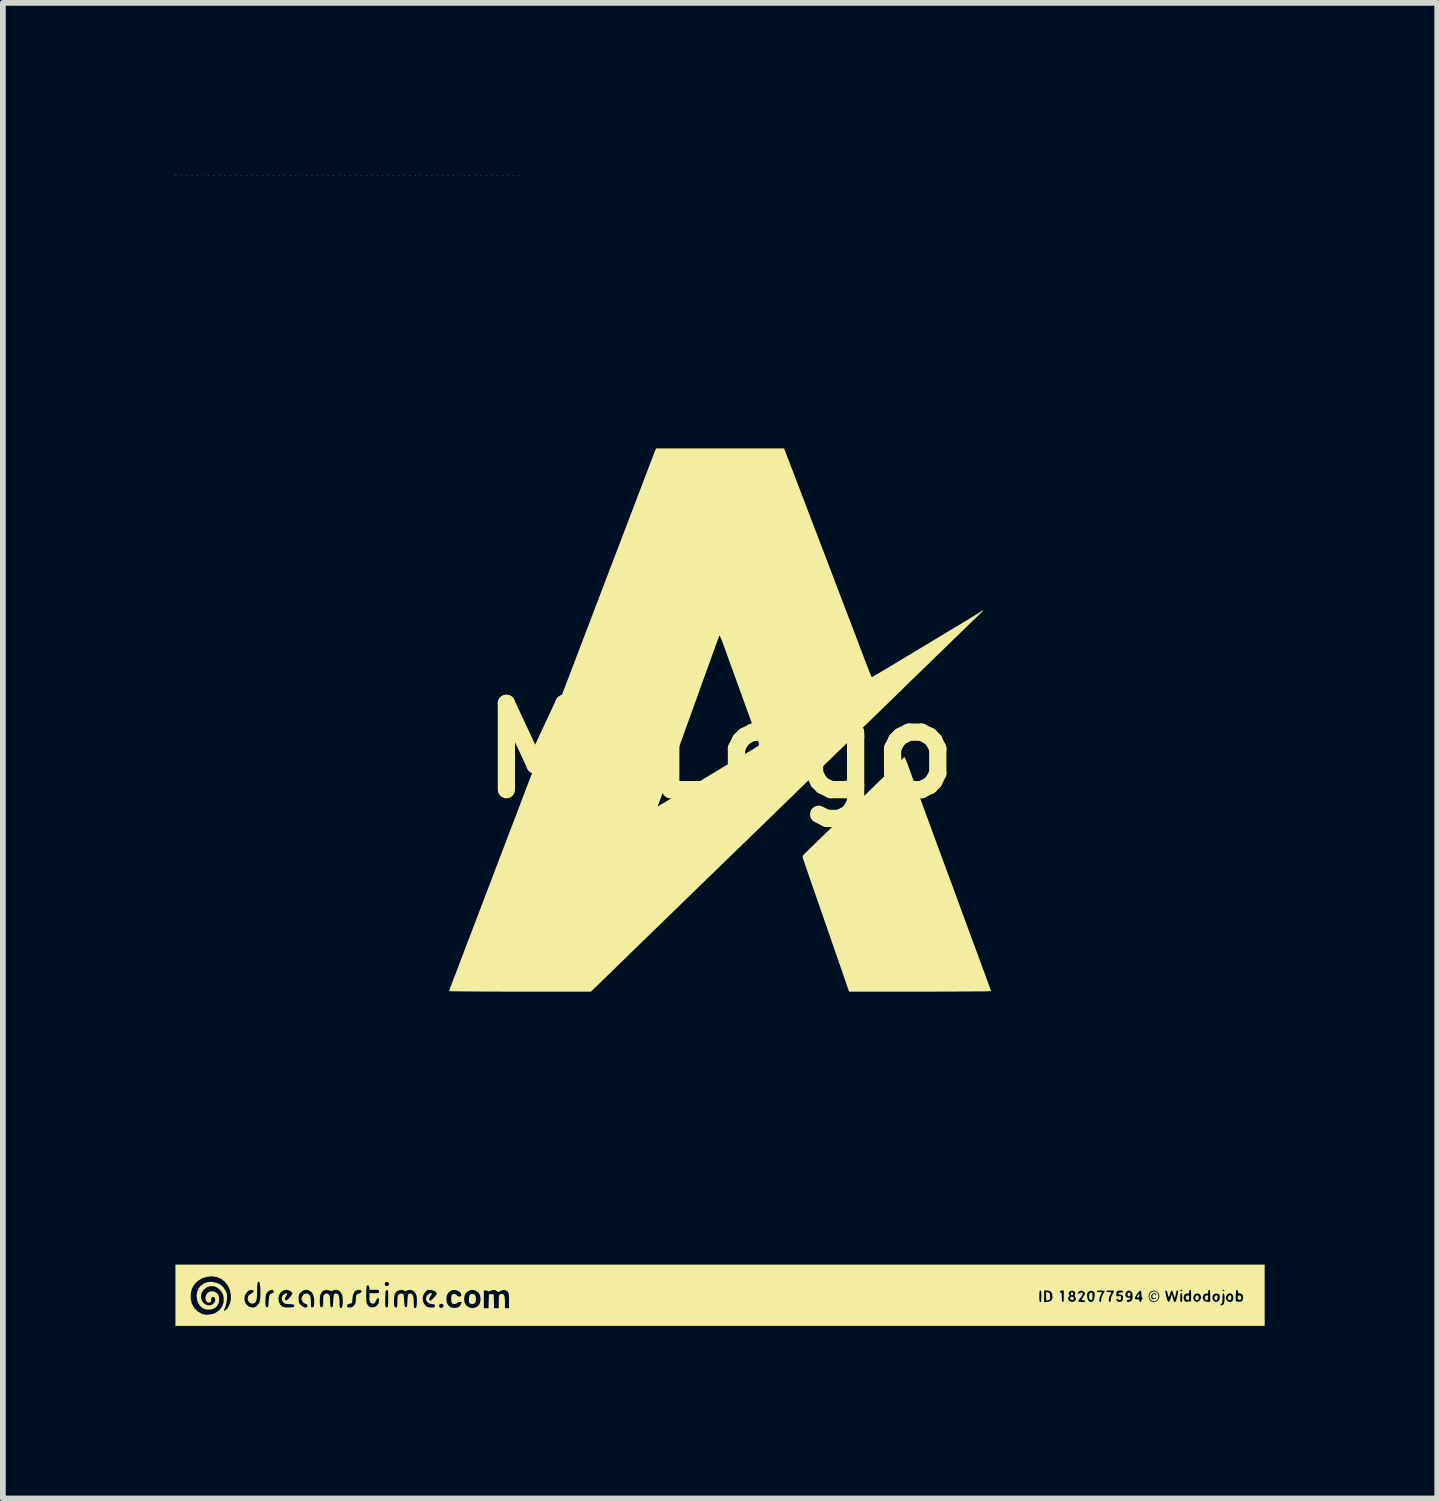
<source format=kicad_pcb>
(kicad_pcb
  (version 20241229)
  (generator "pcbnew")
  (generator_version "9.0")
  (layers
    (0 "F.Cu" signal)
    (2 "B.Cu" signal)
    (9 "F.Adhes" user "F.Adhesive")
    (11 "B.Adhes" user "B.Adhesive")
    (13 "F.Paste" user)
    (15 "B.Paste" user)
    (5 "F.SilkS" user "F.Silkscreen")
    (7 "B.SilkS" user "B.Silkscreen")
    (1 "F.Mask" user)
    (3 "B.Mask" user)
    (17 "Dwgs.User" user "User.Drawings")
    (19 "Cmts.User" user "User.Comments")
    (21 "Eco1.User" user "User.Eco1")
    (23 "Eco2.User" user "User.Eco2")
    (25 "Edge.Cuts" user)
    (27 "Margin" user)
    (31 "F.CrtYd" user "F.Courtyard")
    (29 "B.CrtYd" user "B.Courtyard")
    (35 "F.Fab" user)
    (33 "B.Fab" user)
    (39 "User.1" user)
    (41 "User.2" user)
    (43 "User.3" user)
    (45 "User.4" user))
  (footprint "MyLogo"
    (layer "F.Cu")
    (at 9.469 10.001)
    (property "Reference" "MyLogo" (at 0 0 0) (layer "F.SilkS") (effects (font (size 1.5 1.5) (thickness 0.3))))
    (attr board_only exclude_from_pos_files exclude_from_bom)
    (fp_poly (pts (xy -9.457 -9.995) (xy -9.463 -9.99) (xy -9.469 -9.995) (xy -9.463 -10.001)) (stroke (width 0) (type solid)) (fill yes) (layer "F.SilkS"))
    (fp_poly (pts (xy -9.362 -9.995) (xy -9.368 -9.99) (xy -9.374 -9.995) (xy -9.368 -10.001)) (stroke (width 0) (type solid)) (fill yes) (layer "F.SilkS"))
    (fp_poly (pts (xy -9.268 -9.995) (xy -9.273 -9.99) (xy -9.279 -9.995) (xy -9.273 -10.001)) (stroke (width 0) (type solid)) (fill yes) (layer "F.SilkS"))
    (fp_poly (pts (xy -9.173 -9.995) (xy -9.179 -9.99) (xy -9.185 -9.995) (xy -9.179 -10.001)) (stroke (width 0) (type solid)) (fill yes) (layer "F.SilkS"))
    (fp_poly (pts (xy -9.078 -9.995) (xy -9.084 -9.99) (xy -9.09 -9.995) (xy -9.084 -10.001)) (stroke (width 0) (type solid)) (fill yes) (layer "F.SilkS"))
    (fp_poly (pts (xy -8.984 -9.995) (xy -8.989 -9.99) (xy -8.995 -9.995) (xy -8.989 -10.001)) (stroke (width 0) (type solid)) (fill yes) (layer "F.SilkS"))
    (fp_poly (pts (xy -8.889 -9.995) (xy -8.895 -9.99) (xy -8.901 -9.995) (xy -8.895 -10.001)) (stroke (width 0) (type solid)) (fill yes) (layer "F.SilkS"))
    (fp_poly (pts (xy -8.794 -9.995) (xy -8.8 -9.99) (xy -8.806 -9.995) (xy -8.8 -10.001)) (stroke (width 0) (type solid)) (fill yes) (layer "F.SilkS"))
    (fp_poly (pts (xy -8.699 -9.995) (xy -8.705 -9.99) (xy -8.711 -9.995) (xy -8.705 -10.001)) (stroke (width 0) (type solid)) (fill yes) (layer "F.SilkS"))
    (fp_poly (pts (xy -8.605 -9.995) (xy -8.611 -9.99) (xy -8.617 -9.995) (xy -8.611 -10.001)) (stroke (width 0) (type solid)) (fill yes) (layer "F.SilkS"))
    (fp_poly (pts (xy -8.51 -9.995) (xy -8.516 -9.99) (xy -8.522 -9.995) (xy -8.516 -10.001)) (stroke (width 0) (type solid)) (fill yes) (layer "F.SilkS"))
    (fp_poly (pts (xy -8.415 -9.995) (xy -8.421 -9.99) (xy -8.427 -9.995) (xy -8.421 -10.001)) (stroke (width 0) (type solid)) (fill yes) (layer "F.SilkS"))
    (fp_poly (pts (xy -8.321 -9.995) (xy -8.327 -9.99) (xy -8.333 -9.995) (xy -8.327 -10.001)) (stroke (width 0) (type solid)) (fill yes) (layer "F.SilkS"))
    (fp_poly (pts (xy -8.226 -9.995) (xy -8.232 -9.99) (xy -8.238 -9.995) (xy -8.232 -10.001)) (stroke (width 0) (type solid)) (fill yes) (layer "F.SilkS"))
    (fp_poly (pts (xy -8.131 -9.995) (xy -8.137 -9.99) (xy -8.143 -9.995) (xy -8.137 -10.001)) (stroke (width 0) (type solid)) (fill yes) (layer "F.SilkS"))
    (fp_poly (pts (xy -8.037 -9.995) (xy -8.043 -9.99) (xy -8.048 -9.995) (xy -8.043 -10.001)) (stroke (width 0) (type solid)) (fill yes) (layer "F.SilkS"))
    (fp_poly (pts (xy -7.942 -9.995) (xy -7.948 -9.99) (xy -7.954 -9.995) (xy -7.948 -10.001)) (stroke (width 0) (type solid)) (fill yes) (layer "F.SilkS"))
    (fp_poly (pts (xy -7.847 -9.995) (xy -7.853 -9.99) (xy -7.859 -9.995) (xy -7.853 -10.001)) (stroke (width 0) (type solid)) (fill yes) (layer "F.SilkS"))
    (fp_poly (pts (xy -7.753 -9.995) (xy -7.758 -9.99) (xy -7.764 -9.995) (xy -7.758 -10.001)) (stroke (width 0) (type solid)) (fill yes) (layer "F.SilkS"))
    (fp_poly (pts (xy -7.658 -9.995) (xy -7.664 -9.99) (xy -7.67 -9.995) (xy -7.664 -10.001)) (stroke (width 0) (type solid)) (fill yes) (layer "F.SilkS"))
    (fp_poly (pts (xy -7.563 -9.995) (xy -7.569 -9.99) (xy -7.575 -9.995) (xy -7.569 -10.001)) (stroke (width 0) (type solid)) (fill yes) (layer "F.SilkS"))
    (fp_poly (pts (xy -7.468 -9.995) (xy -7.474 -9.99) (xy -7.48 -9.995) (xy -7.474 -10.001)) (stroke (width 0) (type solid)) (fill yes) (layer "F.SilkS"))
    (fp_poly (pts (xy -7.374 -9.995) (xy -7.38 -9.99) (xy -7.386 -9.995) (xy -7.38 -10.001)) (stroke (width 0) (type solid)) (fill yes) (layer "F.SilkS"))
    (fp_poly (pts (xy -7.279 -9.995) (xy -7.285 -9.99) (xy -7.291 -9.995) (xy -7.285 -10.001)) (stroke (width 0) (type solid)) (fill yes) (layer "F.SilkS"))
    (fp_poly (pts (xy -7.184 -9.995) (xy -7.19 -9.99) (xy -7.196 -9.995) (xy -7.19 -10.001)) (stroke (width 0) (type solid)) (fill yes) (layer "F.SilkS"))
    (fp_poly (pts (xy -7.09 -9.995) (xy -7.096 -9.99) (xy -7.102 -9.995) (xy -7.096 -10.001)) (stroke (width 0) (type solid)) (fill yes) (layer "F.SilkS"))
    (fp_poly (pts (xy -6.995 -9.995) (xy -7.001 -9.99) (xy -7.007 -9.995) (xy -7.001 -10.001)) (stroke (width 0) (type solid)) (fill yes) (layer "F.SilkS"))
    (fp_poly (pts (xy -6.9 -9.995) (xy -6.906 -9.99) (xy -6.912 -9.995) (xy -6.906 -10.001)) (stroke (width 0) (type solid)) (fill yes) (layer "F.SilkS"))
    (fp_poly (pts (xy -6.806 -9.995) (xy -6.812 -9.99) (xy -6.818 -9.995) (xy -6.812 -10.001)) (stroke (width 0) (type solid)) (fill yes) (layer "F.SilkS"))
    (fp_poly (pts (xy -6.711 -9.995) (xy -6.717 -9.99) (xy -6.723 -9.995) (xy -6.717 -10.001)) (stroke (width 0) (type solid)) (fill yes) (layer "F.SilkS"))
    (fp_poly (pts (xy -6.616 -9.995) (xy -6.622 -9.99) (xy -6.628 -9.995) (xy -6.622 -10.001)) (stroke (width 0) (type solid)) (fill yes) (layer "F.SilkS"))
    (fp_poly (pts (xy -6.522 -9.995) (xy -6.528 -9.99) (xy -6.533 -9.995) (xy -6.528 -10.001)) (stroke (width 0) (type solid)) (fill yes) (layer "F.SilkS"))
    (fp_poly (pts (xy -6.427 -9.995) (xy -6.433 -9.99) (xy -6.439 -9.995) (xy -6.433 -10.001)) (stroke (width 0) (type solid)) (fill yes) (layer "F.SilkS"))
    (fp_poly (pts (xy -6.332 -9.995) (xy -6.338 -9.99) (xy -6.344 -9.995) (xy -6.338 -10.001)) (stroke (width 0) (type solid)) (fill yes) (layer "F.SilkS"))
    (fp_poly (pts (xy -6.238 -9.995) (xy -6.243 -9.99) (xy -6.249 -9.995) (xy -6.243 -10.001)) (stroke (width 0) (type solid)) (fill yes) (layer "F.SilkS"))
    (fp_poly (pts (xy -6.143 -9.995) (xy -6.149 -9.99) (xy -6.155 -9.995) (xy -6.149 -10.001)) (stroke (width 0) (type solid)) (fill yes) (layer "F.SilkS"))
    (fp_poly (pts (xy -6.048 -9.995) (xy -6.054 -9.99) (xy -6.06 -9.995) (xy -6.054 -10.001)) (stroke (width 0) (type solid)) (fill yes) (layer "F.SilkS"))
    (fp_poly (pts (xy -5.953 -9.995) (xy -5.959 -9.99) (xy -5.965 -9.995) (xy -5.959 -10.001)) (stroke (width 0) (type solid)) (fill yes) (layer "F.SilkS"))
    (fp_poly (pts (xy -5.859 -9.995) (xy -5.865 -9.99) (xy -5.871 -9.995) (xy -5.865 -10.001)) (stroke (width 0) (type solid)) (fill yes) (layer "F.SilkS"))
    (fp_poly (pts (xy -5.764 -9.995) (xy -5.77 -9.99) (xy -5.776 -9.995) (xy -5.77 -10.001)) (stroke (width 0) (type solid)) (fill yes) (layer "F.SilkS"))
    (fp_poly (pts (xy -5.669 -9.995) (xy -5.675 -9.99) (xy -5.681 -9.995) (xy -5.675 -10.001)) (stroke (width 0) (type solid)) (fill yes) (layer "F.SilkS"))
    (fp_poly (pts (xy -5.575 -9.995) (xy -5.581 -9.99) (xy -5.587 -9.995) (xy -5.581 -10.001)) (stroke (width 0) (type solid)) (fill yes) (layer "F.SilkS"))
    (fp_poly (pts (xy -5.48 -9.995) (xy -5.486 -9.99) (xy -5.492 -9.995) (xy -5.486 -10.001)) (stroke (width 0) (type solid)) (fill yes) (layer "F.SilkS"))
    (fp_poly (pts (xy -5.385 -9.995) (xy -5.391 -9.99) (xy -5.397 -9.995) (xy -5.391 -10.001)) (stroke (width 0) (type solid)) (fill yes) (layer "F.SilkS"))
    (fp_poly (pts (xy -5.291 -9.995) (xy -5.297 -9.99) (xy -5.303 -9.995) (xy -5.297 -10.001)) (stroke (width 0) (type solid)) (fill yes) (layer "F.SilkS"))
    (fp_poly (pts (xy -5.196 -9.995) (xy -5.202 -9.99) (xy -5.208 -9.995) (xy -5.202 -10.001)) (stroke (width 0) (type solid)) (fill yes) (layer "F.SilkS"))
    (fp_poly (pts (xy -5.101 -9.995) (xy -5.107 -9.99) (xy -5.113 -9.995) (xy -5.107 -10.001)) (stroke (width 0) (type solid)) (fill yes) (layer "F.SilkS"))
    (fp_poly (pts (xy -5.007 -9.995) (xy -5.013 -9.99) (xy -5.018 -9.995) (xy -5.013 -10.001)) (stroke (width 0) (type solid)) (fill yes) (layer "F.SilkS"))
    (fp_poly (pts (xy -4.912 -9.995) (xy -4.918 -9.99) (xy -4.924 -9.995) (xy -4.918 -10.001)) (stroke (width 0) (type solid)) (fill yes) (layer "F.SilkS"))
    (fp_poly (pts (xy -4.817 -9.995) (xy -4.823 -9.99) (xy -4.829 -9.995) (xy -4.823 -10.001)) (stroke (width 0) (type solid)) (fill yes) (layer "F.SilkS"))
    (fp_poly (pts (xy -4.723 -9.995) (xy -4.728 -9.99) (xy -4.734 -9.995) (xy -4.728 -10.001)) (stroke (width 0) (type solid)) (fill yes) (layer "F.SilkS"))
    (fp_poly (pts (xy -4.628 -9.995) (xy -4.634 -9.99) (xy -4.64 -9.995) (xy -4.634 -10.001)) (stroke (width 0) (type solid)) (fill yes) (layer "F.SilkS"))
    (fp_poly (pts (xy -4.533 -9.995) (xy -4.539 -9.99) (xy -4.545 -9.995) (xy -4.539 -10.001)) (stroke (width 0) (type solid)) (fill yes) (layer "F.SilkS"))
    (fp_poly (pts (xy -4.438 -9.995) (xy -4.444 -9.99) (xy -4.45 -9.995) (xy -4.444 -10.001)) (stroke (width 0) (type solid)) (fill yes) (layer "F.SilkS"))
    (fp_poly (pts (xy -4.344 -9.995) (xy -4.35 -9.99) (xy -4.356 -9.995) (xy -4.35 -10.001)) (stroke (width 0) (type solid)) (fill yes) (layer "F.SilkS"))
    (fp_poly (pts (xy -4.249 -9.995) (xy -4.255 -9.99) (xy -4.261 -9.995) (xy -4.255 -10.001)) (stroke (width 0) (type solid)) (fill yes) (layer "F.SilkS"))
    (fp_poly (pts (xy -4.154 -9.995) (xy -4.16 -9.99) (xy -4.166 -9.995) (xy -4.16 -10.001)) (stroke (width 0) (type solid)) (fill yes) (layer "F.SilkS"))
    (fp_poly (pts (xy -4.06 -9.995) (xy -4.066 -9.99) (xy -4.072 -9.995) (xy -4.066 -10.001)) (stroke (width 0) (type solid)) (fill yes) (layer "F.SilkS"))
    (fp_poly (pts (xy -3.965 -9.995) (xy -3.971 -9.99) (xy -3.977 -9.995) (xy -3.971 -10.001)) (stroke (width 0) (type solid)) (fill yes) (layer "F.SilkS"))
    (fp_poly (pts (xy -3.87 -9.995) (xy -3.876 -9.99) (xy -3.882 -9.995) (xy -3.876 -10.001)) (stroke (width 0) (type solid)) (fill yes) (layer "F.SilkS"))
    (fp_poly (pts (xy -3.776 -9.995) (xy -3.782 -9.99) (xy -3.788 -9.995) (xy -3.782 -10.001)) (stroke (width 0) (type solid)) (fill yes) (layer "F.SilkS"))
    (fp_poly (pts (xy -3.681 -9.995) (xy -3.687 -9.99) (xy -3.693 -9.995) (xy -3.687 -10.001)) (stroke (width 0) (type solid)) (fill yes) (layer "F.SilkS"))
    (fp_poly (pts (xy -3.586 -9.995) (xy -3.592 -9.99) (xy -3.598 -9.995) (xy -3.592 -10.001)) (stroke (width 0) (type solid)) (fill yes) (layer "F.SilkS"))
    (fp_poly (pts (xy -3.492 -9.995) (xy -3.498 -9.99) (xy -3.503 -9.995) (xy -3.498 -10.001)) (stroke (width 0) (type solid)) (fill yes) (layer "F.SilkS"))
    (fp_poly (pts (xy -1.622 3.616) (xy -1.627 3.622) (xy -1.633 3.616) (xy -1.627 3.61)) (stroke (width 0) (type solid)) (fill yes) (layer "F.SilkS"))
    (fp_poly (pts (xy 6.13 9.421) (xy 6.139 9.437) (xy 6.136 9.457) (xy 6.122 9.469) (xy 6.119 9.469) (xy 6.105 9.459) (xy 6.1 9.45) (xy 6.099 9.428) (xy 6.113 9.417)) (stroke (width 0) (type solid)) (fill yes) (layer "F.SilkS"))
    (fp_poly (pts (xy 7.291 9.47) (xy 7.285 9.494) (xy 7.271 9.51) (xy 7.256 9.511) (xy 7.25 9.505) (xy 7.252 9.49) (xy 7.267 9.467) (xy 7.267 9.467) (xy 7.29 9.439)) (stroke (width 0) (type solid)) (fill yes) (layer "F.SilkS"))
    (fp_poly (pts (xy 6.14 9.502) (xy 6.151 9.523) (xy 6.148 9.541) (xy 6.13 9.551) (xy 6.106 9.549) (xy 6.089 9.536) (xy 6.088 9.534) (xy 6.088 9.509) (xy 6.106 9.494) (xy 6.119 9.492)) (stroke (width 0) (type solid)) (fill yes) (layer "F.SilkS"))
    (fp_poly (pts (xy 7.132 9.427) (xy 7.136 9.446) (xy 7.135 9.453) (xy 7.126 9.481) (xy 7.11 9.489) (xy 7.091 9.477) (xy 7.083 9.452) (xy 7.092 9.431) (xy 7.115 9.421) (xy 7.115 9.421)) (stroke (width 0) (type solid)) (fill yes) (layer "F.SilkS"))
    (fp_poly (pts (xy 8.146 9.471) (xy 8.154 9.484) (xy 8.155 9.509) (xy 8.152 9.538) (xy 8.143 9.55) (xy 8.131 9.552) (xy 8.108 9.544) (xy 8.1 9.535) (xy 8.097 9.502) (xy 8.11 9.479) (xy 8.128 9.471)) (stroke (width 0) (type solid)) (fill yes) (layer "F.SilkS"))
    (fp_poly (pts (xy 8.478 9.471) (xy 8.485 9.484) (xy 8.486 9.508) (xy 8.481 9.54) (xy 8.467 9.557) (xy 8.448 9.554) (xy 8.439 9.546) (xy 8.428 9.519) (xy 8.433 9.491) (xy 8.451 9.473) (xy 8.46 9.471)) (stroke (width 0) (type solid)) (fill yes) (layer "F.SilkS"))
    (fp_poly (pts (xy 9.049 9.479) (xy 9.06 9.503) (xy 9.06 9.531) (xy 9.058 9.535) (xy 9.043 9.55) (xy 9.021 9.549) (xy 9.004 9.535) (xy 9.002 9.53) (xy 9 9.498) (xy 9.012 9.476) (xy 9.031 9.469)) (stroke (width 0) (type solid)) (fill yes) (layer "F.SilkS"))
    (fp_poly (pts (xy 8.312 9.471) (xy 8.319 9.484) (xy 8.321 9.509) (xy 8.319 9.538) (xy 8.309 9.549) (xy 8.29 9.552) (xy 8.27 9.549) (xy 8.263 9.536) (xy 8.264 9.513) (xy 8.271 9.484) (xy 8.288 9.472) (xy 8.294 9.471)) (stroke (width 0) (type solid)) (fill yes) (layer "F.SilkS"))
    (fp_poly (pts (xy 8.651 9.481) (xy 8.65 9.508) (xy 8.65 9.511) (xy 8.643 9.546) (xy 8.629 9.56) (xy 8.611 9.552) (xy 8.606 9.547) (xy 8.594 9.519) (xy 8.599 9.492) (xy 8.617 9.473) (xy 8.626 9.471) (xy 8.644 9.471)) (stroke (width 0) (type solid)) (fill yes) (layer "F.SilkS"))
    (fp_poly (pts (xy 8.88 9.471) (xy 8.887 9.484) (xy 8.889 9.509) (xy 8.887 9.538) (xy 8.877 9.549) (xy 8.858 9.552) (xy 8.838 9.549) (xy 8.831 9.536) (xy 8.832 9.513) (xy 8.839 9.484) (xy 8.856 9.472) (xy 8.862 9.471)) (stroke (width 0) (type solid)) (fill yes) (layer "F.SilkS"))
    (fp_poly (pts (xy 5.702 9.42) (xy 5.722 9.428) (xy 5.733 9.444) (xy 5.737 9.473) (xy 5.738 9.484) (xy 5.739 9.519) (xy 5.734 9.538) (xy 5.719 9.548) (xy 5.711 9.552) (xy 5.686 9.56) (xy 5.675 9.563) (xy 5.672 9.553) (xy 5.67 9.524) (xy 5.669 9.488) (xy 5.669 9.412)) (stroke (width 0) (type solid)) (fill yes) (layer "F.SilkS"))
    (fp_poly (pts (xy 6.465 9.425) (xy 6.472 9.438) (xy 6.474 9.467) (xy 6.474 9.487) (xy 6.473 9.524) (xy 6.469 9.544) (xy 6.459 9.551) (xy 6.452 9.552) (xy 6.43 9.543) (xy 6.422 9.533) (xy 6.414 9.494) (xy 6.418 9.458) (xy 6.431 9.432) (xy 6.452 9.421) (xy 6.452 9.421)) (stroke (width 0) (type solid)) (fill yes) (layer "F.SilkS"))
    (fp_poly (pts (xy -4.273 9.454) (xy -4.259 9.465) (xy -4.249 9.489) (xy -4.244 9.524) (xy -4.243 9.534) (xy -4.247 9.57) (xy -4.256 9.598) (xy -4.259 9.603) (xy -4.285 9.618) (xy -4.319 9.622) (xy -4.348 9.613) (xy -4.353 9.608) (xy -4.363 9.587) (xy -4.367 9.551) (xy -4.366 9.512) (xy -4.359 9.478) (xy -4.355 9.468) (xy -4.334 9.45) (xy -4.303 9.445)) (stroke (width 0) (type solid)) (fill yes) (layer "F.SilkS"))
    (fp_poly (pts (xy 7.575 9.405) (xy 7.604 9.427) (xy 7.62 9.464) (xy 7.622 9.486) (xy 7.613 9.529) (xy 7.589 9.559) (xy 7.555 9.573) (xy 7.516 9.568) (xy 7.491 9.553) (xy 7.47 9.525) (xy 7.466 9.505) (xy 7.496 9.505) (xy 7.497 9.511) (xy 7.509 9.533) (xy 7.534 9.54) (xy 7.538 9.54) (xy 7.566 9.534) (xy 7.579 9.522) (xy 7.58 9.507) (xy 7.576 9.504) (xy 7.563 9.514) (xy 7.561 9.518) (xy 7.549 9.529) (xy 7.534 9.523) (xy 7.52 9.506) (xy 7.516 9.487) (xy 7.523 9.461) (xy 7.539 9.448) (xy 7.557 9.45) (xy 7.564 9.458) (xy 7.576 9.468) (xy 7.581 9.466) (xy 7.585 9.452) (xy 7.571 9.439) (xy 7.545 9.433) (xy 7.517 9.444) (xy 7.499 9.47) (xy 7.496 9.505) (xy 7.466 9.505) (xy 7.464 9.488) (xy 7.471 9.445) (xy 7.496 9.417) (xy 7.535 9.403)) (stroke (width 0) (type solid)) (fill yes) (layer "F.SilkS"))
    (fp_poly (pts (xy 3.212 0.119) (xy 3.225 0.147) (xy 3.243 0.189) (xy 3.263 0.241) (xy 3.269 0.257) (xy 3.289 0.313) (xy 3.315 0.384) (xy 3.346 0.469) (xy 3.381 0.562) (xy 3.417 0.661) (xy 3.454 0.762) (xy 3.491 0.861) (xy 3.525 0.954) (xy 3.556 1.038) (xy 3.582 1.109) (xy 3.602 1.163) (xy 3.61 1.184) (xy 3.623 1.221) (xy 3.644 1.276) (xy 3.669 1.344) (xy 3.696 1.42) (xy 3.726 1.5) (xy 3.738 1.533) (xy 3.77 1.621) (xy 3.808 1.723) (xy 3.849 1.834) (xy 3.89 1.946) (xy 3.929 2.051) (xy 3.947 2.101) (xy 3.98 2.189) (xy 4.013 2.278) (xy 4.044 2.361) (xy 4.071 2.436) (xy 4.093 2.496) (xy 4.107 2.533) (xy 4.119 2.567) (xy 4.139 2.62) (xy 4.165 2.691) (xy 4.196 2.777) (xy 4.233 2.876) (xy 4.273 2.985) (xy 4.316 3.101) (xy 4.361 3.224) (xy 4.403 3.338) (xy 4.461 3.494) (xy 4.511 3.629) (xy 4.553 3.745) (xy 4.59 3.843) (xy 4.62 3.925) (xy 4.644 3.992) (xy 4.664 4.046) (xy 4.68 4.088) (xy 4.691 4.12) (xy 4.7 4.143) (xy 4.705 4.159) (xy 4.708 4.169) (xy 4.71 4.175) (xy 4.711 4.178) (xy 4.711 4.18) (xy 4.711 4.181) (xy 4.699 4.182) (xy 4.665 4.183) (xy 4.611 4.185) (xy 4.538 4.186) (xy 4.447 4.186) (xy 4.34 4.187) (xy 4.219 4.188) (xy 4.086 4.189) (xy 3.941 4.189) (xy 3.786 4.19) (xy 3.623 4.19) (xy 3.477 4.19) (xy 2.243 4.19) (xy 2.15 3.921) (xy 2.118 3.826) (xy 2.08 3.718) (xy 2.04 3.603) (xy 2.001 3.49) (xy 1.965 3.387) (xy 1.956 3.361) (xy 1.926 3.273) (xy 1.894 3.182) (xy 1.864 3.095) (xy 1.837 3.017) (xy 1.814 2.952) (xy 1.805 2.923) (xy 1.785 2.867) (xy 1.76 2.794) (xy 1.731 2.71) (xy 1.7 2.622) (xy 1.67 2.535) (xy 1.663 2.515) (xy 1.615 2.377) (xy 1.574 2.259) (xy 1.54 2.161) (xy 1.512 2.079) (xy 1.489 2.014) (xy 1.472 1.962) (xy 1.459 1.923) (xy 1.449 1.895) (xy 1.443 1.875) (xy 1.442 1.871) (xy 1.437 1.852) (xy 1.437 1.837) (xy 1.445 1.821) (xy 1.463 1.799) (xy 1.494 1.768) (xy 1.523 1.74) (xy 1.623 1.643) (xy 1.735 1.534) (xy 1.857 1.416) (xy 1.986 1.291) (xy 2.119 1.162) (xy 2.254 1.03) (xy 2.389 0.899) (xy 2.521 0.772) (xy 2.647 0.649) (xy 2.765 0.534) (xy 2.872 0.43) (xy 2.966 0.338) (xy 3.01 0.295) (xy 3.065 0.242) (xy 3.114 0.194) (xy 3.155 0.155) (xy 3.186 0.127) (xy 3.203 0.111) (xy 3.205 0.109)) (stroke (width 0) (type solid)) (fill yes) (layer "F.SilkS"))
    (fp_poly (pts (xy 1.124 -5.229) (xy 1.131 -5.211) (xy 1.145 -5.173) (xy 1.167 -5.115) (xy 1.196 -5.04) (xy 1.231 -4.948) (xy 1.272 -4.841) (xy 1.318 -4.721) (xy 1.369 -4.588) (xy 1.424 -4.444) (xy 1.483 -4.291) (xy 1.544 -4.129) (xy 1.608 -3.961) (xy 1.675 -3.788) (xy 1.742 -3.611) (xy 1.811 -3.432) (xy 1.88 -3.251) (xy 1.948 -3.071) (xy 2.016 -2.893) (xy 2.083 -2.717) (xy 2.148 -2.547) (xy 2.211 -2.382) (xy 2.271 -2.225) (xy 2.328 -2.077) (xy 2.38 -1.939) (xy 2.428 -1.812) (xy 2.472 -1.699) (xy 2.509 -1.599) (xy 2.541 -1.516) (xy 2.565 -1.453) (xy 2.588 -1.393) (xy 2.609 -1.343) (xy 2.626 -1.304) (xy 2.637 -1.282) (xy 2.64 -1.278) (xy 2.652 -1.284) (xy 2.682 -1.301) (xy 2.729 -1.329) (xy 2.79 -1.365) (xy 2.865 -1.41) (xy 2.952 -1.461) (xy 3.048 -1.519) (xy 3.152 -1.582) (xy 3.263 -1.648) (xy 3.281 -1.659) (xy 3.404 -1.733) (xy 3.53 -1.809) (xy 3.656 -1.885) (xy 3.78 -1.96) (xy 3.897 -2.03) (xy 4.005 -2.096) (xy 4.102 -2.153) (xy 4.183 -2.202) (xy 4.225 -2.228) (xy 4.304 -2.275) (xy 4.375 -2.319) (xy 4.438 -2.357) (xy 4.489 -2.388) (xy 4.527 -2.412) (xy 4.547 -2.425) (xy 4.55 -2.427) (xy 4.569 -2.437) (xy 4.574 -2.438) (xy 4.575 -2.431) (xy 4.56 -2.416) (xy 4.557 -2.413) (xy 4.543 -2.4) (xy 4.514 -2.372) (xy 4.471 -2.331) (xy 4.417 -2.279) (xy 4.353 -2.218) (xy 4.281 -2.148) (xy 4.204 -2.073) (xy 4.131 -2.002) (xy 4.041 -1.915) (xy 3.949 -1.825) (xy 3.858 -1.736) (xy 3.77 -1.651) (xy 3.688 -1.571) (xy 3.616 -1.501) (xy 3.557 -1.444) (xy 3.533 -1.421) (xy 3.46 -1.35) (xy 3.377 -1.27) (xy 3.29 -1.185) (xy 3.206 -1.103) (xy 3.131 -1.029) (xy 3.125 -1.023) (xy 3.083 -0.983) (xy 3.037 -0.938) (xy 2.986 -0.888) (xy 2.928 -0.832) (xy 2.864 -0.77) (xy 2.791 -0.699) (xy 2.71 -0.62) (xy 2.618 -0.531) (xy 2.516 -0.432) (xy 2.402 -0.321) (xy 2.275 -0.198) (xy 2.135 -0.062) (xy 1.98 0.088) (xy 1.809 0.253) (xy 1.698 0.36) (xy 1.609 0.447) (xy 1.515 0.538) (xy 1.421 0.629) (xy 1.33 0.718) (xy 1.245 0.801) (xy 1.169 0.874) (xy 1.107 0.935) (xy 1.095 0.947) (xy 1.054 0.986) (xy 1.012 1.027) (xy 0.967 1.071) (xy 0.919 1.119) (xy 0.865 1.17) (xy 0.806 1.228) (xy 0.74 1.292) (xy 0.666 1.364) (xy 0.583 1.444) (xy 0.491 1.534) (xy 0.387 1.634) (xy 0.272 1.746) (xy 0.143 1.871) (xy 0.001 2.009) (xy -0.157 2.162) (xy -0.32 2.32) (xy -0.45 2.446) (xy -0.594 2.586) (xy -0.748 2.736) (xy -0.909 2.892) (xy -1.074 3.052) (xy -1.239 3.212) (xy -1.4 3.369) (xy -1.555 3.52) (xy -1.7 3.661) (xy -1.775 3.734) (xy -1.842 3.799) (xy -1.913 3.869) (xy -1.984 3.937) (xy -2.048 4) (xy -2.102 4.052) (xy -2.107 4.057) (xy -2.244 4.19) (xy -3.477 4.19) (xy -3.646 4.19) (xy -3.808 4.19) (xy -3.962 4.189) (xy -4.105 4.189) (xy -4.237 4.188) (xy -4.356 4.187) (xy -4.461 4.186) (xy -4.549 4.185) (xy -4.62 4.184) (xy -4.671 4.183) (xy -4.702 4.182) (xy -4.711 4.181) (xy -4.707 4.167) (xy -4.695 4.135) (xy -4.679 4.089) (xy -4.658 4.034) (xy -4.645 4) (xy -4.615 3.924) (xy -4.581 3.835) (xy -4.547 3.744) (xy -4.515 3.661) (xy -4.51 3.645) (xy -4.487 3.587) (xy -4.458 3.511) (xy -4.425 3.422) (xy -4.388 3.325) (xy -4.349 3.225) (xy -4.311 3.125) (xy -4.302 3.101) (xy -4.229 2.91) (xy -4.163 2.738) (xy -4.106 2.587) (xy -4.056 2.456) (xy -4.014 2.347) (xy -3.98 2.258) (xy -3.955 2.191) (xy -3.941 2.154) (xy -3.926 2.115) (xy -3.905 2.059) (xy -3.879 1.991) (xy -3.851 1.917) (xy -3.822 1.84) (xy -3.819 1.835) (xy -3.801 1.788) (xy -3.776 1.721) (xy -3.743 1.636) (xy -3.705 1.535) (xy -3.662 1.421) (xy -3.614 1.296) (xy -3.562 1.162) (xy -3.508 1.02) (xy -3.489 0.97) (xy -1.084 0.97) (xy -1.084 0.971) (xy -1.074 0.965) (xy -1.045 0.948) (xy -1.001 0.922) (xy -0.943 0.887) (xy -0.875 0.846) (xy -0.797 0.8) (xy -0.721 0.754) (xy -0.618 0.691) (xy -0.504 0.623) (xy -0.385 0.551) (xy -0.267 0.48) (xy -0.156 0.413) (xy -0.059 0.354) (xy -0.041 0.344) (xy 0.049 0.289) (xy 0.143 0.233) (xy 0.236 0.177) (xy 0.324 0.124) (xy 0.401 0.078) (xy 0.463 0.041) (xy 0.468 0.038) (xy 0.529 0.002) (xy 0.583 -0.031) (xy 0.628 -0.059) (xy 0.659 -0.079) (xy 0.673 -0.089) (xy 0.677 -0.097) (xy 0.677 -0.112) (xy 0.672 -0.136) (xy 0.661 -0.172) (xy 0.645 -0.222) (xy 0.621 -0.29) (xy 0.589 -0.377) (xy 0.588 -0.38) (xy 0.562 -0.451) (xy 0.53 -0.539) (xy 0.493 -0.642) (xy 0.451 -0.756) (xy 0.408 -0.877) (xy 0.363 -1) (xy 0.318 -1.123) (xy 0.29 -1.201) (xy 0.249 -1.315) (xy 0.209 -1.426) (xy 0.17 -1.532) (xy 0.135 -1.63) (xy 0.104 -1.717) (xy 0.077 -1.79) (xy 0.057 -1.846) (xy 0.044 -1.88) (xy 0.023 -1.934) (xy 0.006 -1.974) (xy -0.007 -1.996) (xy -0.013 -1.998) (xy -0.019 -1.983) (xy -0.032 -1.949) (xy -0.05 -1.899) (xy -0.073 -1.837) (xy -0.099 -1.765) (xy -0.116 -1.716) (xy -0.146 -1.633) (xy -0.175 -1.55) (xy -0.203 -1.473) (xy -0.228 -1.405) (xy -0.247 -1.353) (xy -0.252 -1.337) (xy -0.27 -1.291) (xy -0.293 -1.227) (xy -0.32 -1.153) (xy -0.348 -1.073) (xy -0.377 -0.993) (xy -0.379 -0.988) (xy -0.405 -0.914) (xy -0.438 -0.822) (xy -0.475 -0.72) (xy -0.514 -0.612) (xy -0.553 -0.504) (xy -0.59 -0.402) (xy -0.592 -0.397) (xy -0.65 -0.234) (xy -0.708 -0.075) (xy -0.763 0.078) (xy -0.815 0.223) (xy -0.863 0.357) (xy -0.907 0.478) (xy -0.944 0.583) (xy -0.976 0.672) (xy -1 0.74) (xy -1.001 0.742) (xy -1.022 0.801) (xy -1.042 0.855) (xy -1.059 0.9) (xy -1.07 0.928) (xy -1.07 0.929) (xy -1.08 0.955) (xy -1.084 0.97) (xy -3.489 0.97) (xy -3.453 0.874) (xy -3.396 0.725) (xy -3.368 0.651) (xy -3.305 0.487) (xy -3.239 0.315) (xy -3.172 0.138) (xy -3.103 -0.042) (xy -3.036 -0.219) (xy -2.97 -0.391) (xy -2.907 -0.555) (xy -2.849 -0.707) (xy -2.798 -0.843) (xy -2.756 -0.953) (xy -2.706 -1.082) (xy -2.656 -1.214) (xy -2.606 -1.345) (xy -2.558 -1.472) (xy -2.512 -1.591) (xy -2.471 -1.7) (xy -2.435 -1.794) (xy -2.405 -1.871) (xy -2.394 -1.9) (xy -2.324 -2.084) (xy -2.261 -2.249) (xy -2.205 -2.397) (xy -2.154 -2.531) (xy -2.107 -2.653) (xy -2.065 -2.765) (xy -2.024 -2.871) (xy -1.985 -2.973) (xy -1.947 -3.073) (xy -1.909 -3.174) (xy -1.882 -3.243) (xy -1.851 -3.325) (xy -1.812 -3.427) (xy -1.767 -3.544) (xy -1.718 -3.673) (xy -1.665 -3.812) (xy -1.61 -3.956) (xy -1.554 -4.103) (xy -1.498 -4.25) (xy -1.444 -4.392) (xy -1.439 -4.406) (xy -1.389 -4.535) (xy -1.342 -4.659) (xy -1.298 -4.775) (xy -1.257 -4.882) (xy -1.221 -4.977) (xy -1.189 -5.059) (xy -1.164 -5.125) (xy -1.145 -5.175) (xy -1.133 -5.205) (xy -1.13 -5.214) (xy -1.112 -5.255) (xy 0.000451 -5.255) (xy 1.113 -5.255)) (stroke (width 0) (type solid)) (fill yes) (layer "F.SilkS"))
    (fp_poly (pts (xy 9.469 9.469) (xy 9.469 10.001) (xy 0 10.001) (xy -9.469 10.001) (xy -9.469 9.529) (xy -9.203 9.529) (xy -9.184 9.611) (xy -9.146 9.684) (xy -9.091 9.743) (xy -9.02 9.787) (xy -9.001 9.795) (xy -8.942 9.807) (xy -8.874 9.805) (xy -8.808 9.791) (xy -8.766 9.772) (xy -8.7 9.721) (xy -8.655 9.66) (xy -8.631 9.59) (xy -8.63 9.512) (xy -8.642 9.454) (xy -8.666 9.409) (xy -8.704 9.366) (xy -8.751 9.331) (xy -8.798 9.312) (xy -8.803 9.311) (xy -8.867 9.311) (xy -8.926 9.332) (xy -8.976 9.37) (xy -9.01 9.421) (xy -9.02 9.447) (xy -9.025 9.502) (xy -9.013 9.552) (xy -8.987 9.595) (xy -8.951 9.626) (xy -8.908 9.643) (xy -8.862 9.643) (xy -8.822 9.626) (xy -8.794 9.599) (xy -8.779 9.566) (xy -8.777 9.533) (xy -8.789 9.508) (xy -8.803 9.499) (xy -8.827 9.499) (xy -8.845 9.519) (xy -8.85 9.552) (xy -8.85 9.556) (xy -8.851 9.582) (xy -8.863 9.594) (xy -8.879 9.597) (xy -8.911 9.591) (xy -8.934 9.569) (xy -8.946 9.535) (xy -8.946 9.496) (xy -8.932 9.458) (xy -8.913 9.432) (xy -8.871 9.404) (xy -8.822 9.399) (xy -8.77 9.416) (xy -8.735 9.442) (xy -8.715 9.479) (xy -8.708 9.533) (xy -8.708 9.539) (xy -8.717 9.604) (xy -8.745 9.657) (xy -8.788 9.695) (xy -8.845 9.716) (xy -8.912 9.719) (xy -8.942 9.714) (xy -8.999 9.691) (xy -9.044 9.651) (xy -9.077 9.598) (xy -9.096 9.537) (xy -9.101 9.472) (xy -9.09 9.406) (xy -9.063 9.346) (xy -9.036 9.311) (xy -8.977 9.265) (xy -8.908 9.239) (xy -8.832 9.235) (xy -8.751 9.253) (xy -8.742 9.256) (xy -8.684 9.285) (xy -8.638 9.327) (xy -8.598 9.387) (xy -8.591 9.402) (xy -8.577 9.434) (xy -8.571 9.466) (xy -8.571 9.509) (xy -8.572 9.533) (xy -8.58 9.59) (xy -8.593 9.645) (xy -8.604 9.675) (xy -8.617 9.708) (xy -8.624 9.731) (xy -8.624 9.737) (xy -8.609 9.738) (xy -8.586 9.721) (xy -8.563 9.694) (xy -4.107 9.694) (xy -4.066 9.694) (xy -4.025 9.694) (xy -4.022 9.572) (xy -4.018 9.451) (xy -3.977 9.451) (xy -3.935 9.451) (xy -3.932 9.572) (xy -3.929 9.694) (xy -3.888 9.694) (xy -3.847 9.694) (xy -3.847 9.577) (xy -3.846 9.519) (xy -3.843 9.482) (xy -3.835 9.459) (xy -3.821 9.449) (xy -3.799 9.445) (xy -3.787 9.445) (xy -3.766 9.452) (xy -3.752 9.473) (xy -3.744 9.512) (xy -3.74 9.57) (xy -3.74 9.592) (xy -3.74 9.694) (xy -3.705 9.694) (xy -3.669 9.694) (xy -3.669 9.634) (xy 8.699 9.634) (xy 8.708 9.645) (xy 8.727 9.643) (xy 8.749 9.63) (xy 8.752 9.628) (xy 8.762 9.607) (xy 8.769 9.573) (xy 8.772 9.533) (xy 8.772 9.522) (xy 8.797 9.522) (xy 8.808 9.554) (xy 8.83 9.577) (xy 8.859 9.588) (xy 8.892 9.581) (xy 8.897 9.578) (xy 8.917 9.553) (xy 8.92 9.541) (xy 8.966 9.541) (xy 8.967 9.565) (xy 8.968 9.57) (xy 8.981 9.578) (xy 9.01 9.582) (xy 9.022 9.582) (xy 9.056 9.579) (xy 9.076 9.567) (xy 9.086 9.552) (xy 9.096 9.515) (xy 9.091 9.479) (xy 9.075 9.451) (xy 9.05 9.437) (xy 9.035 9.437) (xy 9.014 9.436) (xy 9.007 9.42) (xy 9.007 9.415) (xy 9.002 9.391) (xy 8.99 9.376) (xy 8.976 9.377) (xy 8.976 9.377) (xy 8.973 9.391) (xy 8.97 9.422) (xy 8.967 9.462) (xy 8.966 9.504) (xy 8.966 9.541) (xy 8.92 9.541) (xy 8.926 9.517) (xy 8.922 9.482) (xy 8.922 9.481) (xy 8.9 9.447) (xy 8.87 9.433) (xy 8.837 9.442) (xy 8.818 9.457) (xy 8.799 9.489) (xy 8.797 9.522) (xy 8.772 9.522) (xy 8.771 9.492) (xy 8.767 9.458) (xy 8.759 9.437) (xy 8.753 9.433) (xy 8.743 9.438) (xy 8.738 9.455) (xy 8.735 9.488) (xy 8.735 9.521) (xy 8.734 9.569) (xy 8.729 9.598) (xy 8.721 9.613) (xy 8.717 9.615) (xy 8.702 9.628) (xy 8.699 9.634) (xy -3.669 9.634) (xy -3.669 9.563) (xy -3.669 9.505) (xy -3.67 9.487) (xy 5.551 9.487) (xy 5.552 9.537) (xy 5.555 9.568) (xy 5.56 9.583) (xy 5.569 9.587) (xy 5.578 9.583) (xy 5.583 9.567) (xy 5.586 9.536) (xy 5.587 9.487) (xy 5.586 9.436) (xy 5.583 9.405) (xy 5.578 9.39) (xy 5.569 9.386) (xy 5.634 9.386) (xy 5.634 9.487) (xy 5.634 9.587) (xy 5.678 9.587) (xy 5.717 9.581) (xy 5.75 9.565) (xy 5.751 9.565) (xy 5.77 9.545) (xy 5.778 9.519) (xy 5.78 9.486) (xy 5.772 9.436) (xy 5.749 9.404) (xy 5.748 9.404) (xy 5.906 9.404) (xy 5.916 9.419) (xy 5.924 9.421) (xy 5.934 9.426) (xy 5.939 9.444) (xy 5.941 9.478) (xy 5.942 9.504) (xy 5.943 9.549) (xy 5.946 9.575) (xy 5.954 9.586) (xy 5.959 9.587) (xy 5.968 9.583) (xy 5.974 9.567) (xy 5.976 9.536) (xy 5.977 9.518) (xy 6.05 9.518) (xy 6.054 9.547) (xy 6.074 9.569) (xy 6.114 9.586) (xy 6.151 9.58) (xy 6.173 9.563) (xy 6.188 9.544) (xy 6.188 9.528) (xy 6.176 9.504) (xy 6.165 9.478) (xy 6.167 9.463) (xy 6.167 9.462) (xy 6.179 9.444) (xy 6.177 9.437) (xy 6.22 9.437) (xy 6.227 9.445) (xy 6.23 9.445) (xy 6.251 9.437) (xy 6.261 9.428) (xy 6.281 9.417) (xy 6.3 9.423) (xy 6.309 9.442) (xy 6.301 9.461) (xy 6.283 9.49) (xy 6.267 9.511) (xy 6.244 9.541) (xy 6.229 9.565) (xy 6.226 9.574) (xy 6.236 9.582) (xy 6.262 9.586) (xy 6.294 9.587) (xy 6.325 9.585) (xy 6.346 9.579) (xy 6.349 9.576) (xy 6.346 9.565) (xy 6.328 9.556) (xy 6.307 9.553) (xy 6.301 9.554) (xy 6.289 9.552) (xy 6.292 9.536) (xy 6.308 9.508) (xy 6.314 9.5) (xy 6.333 9.469) (xy 6.339 9.454) (xy 6.381 9.454) (xy 6.382 9.491) (xy 6.383 9.496) (xy 6.394 9.544) (xy 6.414 9.575) (xy 6.442 9.588) (xy 6.472 9.58) (xy 6.492 9.563) (xy 6.505 9.538) (xy 6.512 9.501) (xy 6.514 9.461) (xy 6.511 9.427) (xy 6.503 9.41) (xy 6.486 9.401) (xy 6.548 9.401) (xy 6.563 9.411) (xy 6.593 9.414) (xy 6.597 9.414) (xy 6.625 9.414) (xy 6.639 9.417) (xy 6.64 9.417) (xy 6.635 9.43) (xy 6.623 9.456) (xy 6.616 9.469) (xy 6.6 9.509) (xy 6.593 9.546) (xy 6.595 9.574) (xy 6.607 9.587) (xy 6.61 9.587) (xy 6.623 9.579) (xy 6.628 9.551) (xy 6.628 9.543) (xy 6.636 9.498) (xy 6.657 9.452) (xy 6.657 9.451) (xy 6.675 9.421) (xy 6.685 9.401) (xy 6.714 9.401) (xy 6.728 9.41) (xy 6.757 9.415) (xy 6.762 9.415) (xy 6.792 9.415) (xy 6.803 9.422) (xy 6.797 9.44) (xy 6.782 9.463) (xy 6.767 9.494) (xy 6.759 9.53) (xy 6.759 9.561) (xy 6.766 9.582) (xy 6.776 9.587) (xy 6.789 9.579) (xy 6.794 9.551) (xy 6.794 9.545) (xy 6.889 9.545) (xy 6.899 9.568) (xy 6.923 9.582) (xy 6.955 9.584) (xy 6.985 9.574) (xy 6.988 9.572) (xy 7.002 9.552) (xy 7.005 9.518) (xy 7.005 9.51) (xy 7.001 9.479) (xy 6.995 9.472) (xy 7.046 9.472) (xy 7.06 9.498) (xy 7.087 9.513) (xy 7.11 9.513) (xy 7.131 9.512) (xy 7.135 9.525) (xy 7.135 9.527) (xy 7.121 9.542) (xy 7.099 9.549) (xy 7.072 9.557) (xy 7.067 9.57) (xy 7.074 9.579) (xy 7.097 9.587) (xy 7.128 9.579) (xy 7.146 9.569) (xy 7.162 9.553) (xy 7.17 9.53) (xy 7.171 9.518) (xy 7.211 9.518) (xy 7.214 9.533) (xy 7.232 9.539) (xy 7.25 9.54) (xy 7.278 9.542) (xy 7.29 9.553) (xy 7.291 9.563) (xy 7.298 9.583) (xy 7.309 9.587) (xy 7.323 9.577) (xy 7.326 9.564) (xy 7.333 9.543) (xy 7.341 9.536) (xy 7.35 9.528) (xy 7.341 9.515) (xy 7.332 9.495) (xy 7.329 9.471) (xy 7.451 9.471) (xy 7.455 9.518) (xy 7.456 9.521) (xy 7.471 9.552) (xy 7.488 9.573) (xy 7.49 9.575) (xy 7.532 9.587) (xy 7.575 9.581) (xy 7.61 9.559) (xy 7.634 9.518) (xy 7.638 9.474) (xy 7.623 9.433) (xy 7.606 9.414) (xy 7.577 9.397) (xy 7.742 9.397) (xy 7.743 9.418) (xy 7.75 9.453) (xy 7.761 9.502) (xy 7.775 9.552) (xy 7.789 9.579) (xy 7.804 9.583) (xy 7.819 9.563) (xy 7.835 9.52) (xy 7.836 9.516) (xy 7.855 9.451) (xy 7.87 9.504) (xy 7.881 9.547) (xy 7.89 9.572) (xy 7.897 9.583) (xy 7.905 9.587) (xy 7.91 9.587) (xy 7.921 9.576) (xy 7.935 9.543) (xy 7.943 9.51) (xy 8.001 9.51) (xy 8.002 9.553) (xy 8.007 9.577) (xy 8.015 9.587) (xy 8.019 9.587) (xy 8.029 9.582) (xy 8.034 9.564) (xy 8.036 9.528) (xy 8.037 9.51) (xy 8.06 9.51) (xy 8.067 9.548) (xy 8.085 9.574) (xy 8.108 9.586) (xy 8.133 9.58) (xy 8.139 9.574) (xy 8.154 9.568) (xy 8.16 9.574) (xy 8.173 9.587) (xy 8.183 9.578) (xy 8.188 9.547) (xy 8.19 9.492) (xy 8.19 9.492) (xy 8.229 9.492) (xy 8.23 9.533) (xy 8.245 9.562) (xy 8.271 9.582) (xy 8.303 9.583) (xy 8.335 9.564) (xy 8.347 9.55) (xy 8.363 9.515) (xy 8.362 9.508) (xy 8.392 9.508) (xy 8.4 9.549) (xy 8.426 9.574) (xy 8.468 9.583) (xy 8.475 9.583) (xy 8.522 9.582) (xy 8.522 9.522) (xy 8.56 9.522) (xy 8.574 9.556) (xy 8.581 9.563) (xy 8.614 9.584) (xy 8.646 9.582) (xy 8.67 9.564) (xy 8.684 9.537) (xy 8.69 9.502) (xy 8.687 9.471) (xy 8.679 9.456) (xy 8.662 9.446) (xy 8.638 9.439) (xy 8.604 9.44) (xy 8.578 9.459) (xy 8.562 9.488) (xy 8.56 9.522) (xy 8.522 9.522) (xy 8.522 9.478) (xy 8.521 9.427) (xy 8.519 9.395) (xy 8.516 9.386) (xy 8.735 9.386) (xy 8.745 9.396) (xy 8.753 9.398) (xy 8.768 9.391) (xy 8.77 9.386) (xy 8.761 9.375) (xy 8.753 9.374) (xy 8.737 9.38) (xy 8.735 9.386) (xy 8.516 9.386) (xy 8.513 9.379) (xy 8.505 9.374) (xy 8.504 9.374) (xy 8.49 9.384) (xy 8.486 9.41) (xy 8.484 9.435) (xy 8.474 9.442) (xy 8.462 9.439) (xy 8.432 9.44) (xy 8.408 9.46) (xy 8.393 9.492) (xy 8.392 9.508) (xy 8.362 9.508) (xy 8.36 9.482) (xy 8.343 9.455) (xy 8.317 9.439) (xy 8.286 9.437) (xy 8.254 9.453) (xy 8.25 9.457) (xy 8.229 9.492) (xy 8.19 9.492) (xy 8.19 9.481) (xy 8.19 9.429) (xy 8.187 9.396) (xy 8.182 9.379) (xy 8.174 9.374) (xy 8.173 9.374) (xy 8.159 9.385) (xy 8.155 9.41) (xy 8.153 9.434) (xy 8.142 9.441) (xy 8.127 9.439) (xy 8.095 9.441) (xy 8.072 9.462) (xy 8.061 9.499) (xy 8.06 9.51) (xy 8.037 9.51) (xy 8.035 9.467) (xy 8.031 9.443) (xy 8.023 9.434) (xy 8.019 9.433) (xy 8.009 9.438) (xy 8.003 9.457) (xy 8.001 9.493) (xy 8.001 9.51) (xy 7.943 9.51) (xy 7.946 9.501) (xy 7.958 9.449) (xy 7.964 9.415) (xy 7.964 9.396) (xy 7.959 9.388) (xy 7.949 9.386) (xy 8.001 9.386) (xy 8.011 9.396) (xy 8.019 9.398) (xy 8.035 9.391) (xy 8.037 9.386) (xy 8.027 9.375) (xy 8.019 9.374) (xy 8.003 9.38) (xy 8.001 9.386) (xy 7.949 9.386) (xy 7.936 9.396) (xy 7.927 9.428) (xy 7.924 9.451) (xy 7.918 9.485) (xy 7.911 9.506) (xy 7.906 9.51) (xy 7.898 9.496) (xy 7.889 9.467) (xy 7.883 9.445) (xy 7.87 9.405) (xy 7.856 9.389) (xy 7.842 9.396) (xy 7.829 9.427) (xy 7.824 9.445) (xy 7.812 9.482) (xy 7.802 9.496) (xy 7.792 9.486) (xy 7.784 9.452) (xy 7.781 9.439) (xy 7.773 9.403) (xy 7.76 9.387) (xy 7.757 9.386) (xy 7.747 9.388) (xy 7.742 9.397) (xy 7.577 9.397) (xy 7.566 9.391) (xy 7.525 9.389) (xy 7.49 9.403) (xy 7.463 9.432) (xy 7.451 9.471) (xy 7.329 9.471) (xy 7.327 9.461) (xy 7.326 9.443) (xy 7.323 9.404) (xy 7.313 9.388) (xy 7.295 9.393) (xy 7.27 9.42) (xy 7.25 9.448) (xy 7.223 9.49) (xy 7.211 9.518) (xy 7.171 9.518) (xy 7.173 9.492) (xy 7.173 9.487) (xy 7.171 9.446) (xy 7.164 9.422) (xy 7.149 9.406) (xy 7.146 9.404) (xy 7.115 9.388) (xy 7.088 9.392) (xy 7.066 9.41) (xy 7.047 9.441) (xy 7.046 9.472) (xy 6.995 9.472) (xy 6.99 9.465) (xy 6.968 9.46) (xy 6.963 9.459) (xy 6.932 9.451) (xy 6.923 9.438) (xy 6.934 9.427) (xy 6.965 9.421) (xy 6.965 9.421) (xy 6.996 9.418) (xy 7.007 9.405) (xy 7.007 9.404) (xy 7 9.392) (xy 6.976 9.387) (xy 6.955 9.386) (xy 6.92 9.39) (xy 6.899 9.404) (xy 6.89 9.433) (xy 6.889 9.466) (xy 6.891 9.484) (xy 6.903 9.489) (xy 6.93 9.486) (xy 6.958 9.482) (xy 6.969 9.488) (xy 6.971 9.509) (xy 6.971 9.515) (xy 6.968 9.542) (xy 6.955 9.551) (xy 6.948 9.552) (xy 6.926 9.546) (xy 6.918 9.54) (xy 6.903 9.528) (xy 6.891 9.535) (xy 6.889 9.545) (xy 6.794 9.545) (xy 6.794 9.543) (xy 6.802 9.498) (xy 6.823 9.452) (xy 6.823 9.451) (xy 6.841 9.421) (xy 6.851 9.4) (xy 6.853 9.395) (xy 6.842 9.39) (xy 6.814 9.387) (xy 6.781 9.386) (xy 6.739 9.387) (xy 6.718 9.392) (xy 6.714 9.401) (xy 6.685 9.401) (xy 6.685 9.4) (xy 6.687 9.395) (xy 6.676 9.39) (xy 6.649 9.387) (xy 6.615 9.386) (xy 6.573 9.387) (xy 6.552 9.392) (xy 6.548 9.401) (xy 6.486 9.401) (xy 6.47 9.392) (xy 6.432 9.393) (xy 6.403 9.41) (xy 6.387 9.43) (xy 6.381 9.454) (xy 6.339 9.454) (xy 6.344 9.442) (xy 6.344 9.437) (xy 6.334 9.413) (xy 6.309 9.396) (xy 6.277 9.389) (xy 6.263 9.391) (xy 6.241 9.403) (xy 6.226 9.421) (xy 6.22 9.437) (xy 6.177 9.437) (xy 6.174 9.42) (xy 6.156 9.399) (xy 6.149 9.396) (xy 6.116 9.389) (xy 6.087 9.397) (xy 6.066 9.415) (xy 6.059 9.438) (xy 6.071 9.463) (xy 6.072 9.465) (xy 6.076 9.48) (xy 6.066 9.492) (xy 6.05 9.518) (xy 5.977 9.518) (xy 5.977 9.487) (xy 5.977 9.386) (xy 5.942 9.386) (xy 5.913 9.391) (xy 5.906 9.404) (xy 5.748 9.404) (xy 5.709 9.388) (xy 5.68 9.386) (xy 5.634 9.386) (xy 5.569 9.386) (xy 5.56 9.39) (xy 5.555 9.406) (xy 5.552 9.437) (xy 5.551 9.487) (xy -3.67 9.487) (xy -3.671 9.466) (xy -3.675 9.44) (xy -3.682 9.423) (xy -3.693 9.409) (xy -3.7 9.402) (xy -3.726 9.381) (xy -3.754 9.376) (xy -3.772 9.378) (xy -3.806 9.388) (xy -3.832 9.401) (xy -3.833 9.402) (xy -3.849 9.413) (xy -3.866 9.408) (xy -3.881 9.397) (xy -3.918 9.377) (xy -3.96 9.379) (xy -3.994 9.393) (xy -4.022 9.403) (xy -4.034 9.398) (xy -4.047 9.389) (xy -4.073 9.386) (xy -4.107 9.386) (xy -4.107 9.54) (xy -4.107 9.694) (xy -8.563 9.694) (xy -8.561 9.691) (xy -8.559 9.689) (xy -8.522 9.614) (xy -8.505 9.538) (xy -8.27 9.538) (xy -8.258 9.591) (xy -8.23 9.636) (xy -8.189 9.667) (xy -8.138 9.681) (xy -8.129 9.682) (xy -8.094 9.678) (xy -8.067 9.664) (xy -8.042 9.641) (xy -8.019 9.613) (xy -8.013 9.601) (xy -7.906 9.601) (xy -7.902 9.647) (xy -7.892 9.673) (xy -7.875 9.68) (xy -7.873 9.68) (xy -7.863 9.674) (xy -7.856 9.658) (xy -7.851 9.628) (xy -7.848 9.58) (xy -7.847 9.571) (xy -7.844 9.524) (xy -7.678 9.524) (xy -7.672 9.58) (xy -7.65 9.628) (xy -7.613 9.664) (xy -7.605 9.668) (xy -7.579 9.676) (xy -7.541 9.68) (xy -7.498 9.681) (xy -7.457 9.68) (xy -7.425 9.676) (xy -7.407 9.669) (xy -7.406 9.667) (xy -7.403 9.645) (xy -7.416 9.631) (xy -7.446 9.624) (xy -7.488 9.623) (xy -7.532 9.621) (xy -7.561 9.616) (xy -7.582 9.604) (xy -7.593 9.594) (xy -7.618 9.554) (xy -7.621 9.512) (xy -7.601 9.471) (xy -7.593 9.462) (xy -7.562 9.438) (xy -7.539 9.431) (xy -7.527 9.44) (xy -7.531 9.463) (xy -7.547 9.49) (xy -7.566 9.516) (xy -7.571 9.531) (xy -7.563 9.544) (xy -7.558 9.55) (xy -7.546 9.559) (xy -7.534 9.558) (xy -7.517 9.545) (xy -7.501 9.528) (xy -7.326 9.528) (xy -7.325 9.57) (xy -7.32 9.598) (xy -7.306 9.62) (xy -7.286 9.642) (xy -7.252 9.669) (xy -7.218 9.682) (xy -7.191 9.682) (xy -7.175 9.667) (xy -7.173 9.653) (xy -7.178 9.631) (xy -7.2 9.619) (xy -7.209 9.617) (xy -7.242 9.6) (xy -7.264 9.568) (xy -7.276 9.539) (xy -7.276 9.517) (xy -7.264 9.488) (xy -7.238 9.454) (xy -7.205 9.439) (xy -7.17 9.441) (xy -7.14 9.462) (xy -7.125 9.488) (xy -7.119 9.515) (xy -7.115 9.556) (xy -7.113 9.601) (xy -7.113 9.644) (xy -7.11 9.668) (xy -7.104 9.679) (xy -7.093 9.68) (xy -7.087 9.68) (xy -7.072 9.675) (xy -7.064 9.664) (xy -7.059 9.639) (xy -7.056 9.599) (xy -7.057 9.587) (xy -6.959 9.587) (xy -6.957 9.63) (xy -6.952 9.661) (xy -6.949 9.669) (xy -6.93 9.679) (xy -6.919 9.678) (xy -6.91 9.67) (xy -6.904 9.651) (xy -6.901 9.618) (xy -6.9 9.57) (xy -6.9 9.521) (xy -6.897 9.489) (xy -6.892 9.47) (xy -6.881 9.458) (xy -6.871 9.45) (xy -6.848 9.437) (xy -6.829 9.44) (xy -6.812 9.45) (xy -6.798 9.461) (xy -6.789 9.475) (xy -6.784 9.499) (xy -6.781 9.537) (xy -6.78 9.572) (xy -6.777 9.622) (xy -6.774 9.653) (xy -6.769 9.669) (xy -6.76 9.675) (xy -6.752 9.676) (xy -6.741 9.674) (xy -6.734 9.665) (xy -6.73 9.645) (xy -6.727 9.61) (xy -6.725 9.568) (xy -6.722 9.506) (xy -6.714 9.465) (xy -6.702 9.443) (xy -6.684 9.436) (xy -6.664 9.439) (xy -6.641 9.454) (xy -6.627 9.483) (xy -6.619 9.53) (xy -6.616 9.592) (xy -6.615 9.635) (xy -6.613 9.668) (xy -6.609 9.685) (xy -6.608 9.686) (xy -6.59 9.693) (xy -6.573 9.677) (xy -6.571 9.673) (xy -6.566 9.654) (xy -6.486 9.654) (xy -6.483 9.672) (xy -6.47 9.68) (xy -6.44 9.682) (xy -6.403 9.677) (xy -6.376 9.66) (xy -6.363 9.645) (xy -6.344 9.618) (xy -6.335 9.587) (xy -6.332 9.543) (xy -6.332 9.542) (xy -6.331 9.511) (xy -6.152 9.511) (xy -6.15 9.568) (xy -6.144 9.606) (xy -6.142 9.614) (xy -6.114 9.655) (xy -6.075 9.678) (xy -6.031 9.681) (xy -5.987 9.665) (xy -5.964 9.647) (xy -5.94 9.615) (xy -5.931 9.582) (xy -5.822 9.582) (xy -5.821 9.629) (xy -5.818 9.659) (xy -5.812 9.675) (xy -5.801 9.68) (xy -5.791 9.68) (xy -5.782 9.676) (xy -5.776 9.665) (xy -5.773 9.644) (xy -5.771 9.608) (xy -5.77 9.588) (xy -5.669 9.588) (xy -5.668 9.632) (xy -5.663 9.661) (xy -5.662 9.663) (xy -5.646 9.679) (xy -5.633 9.682) (xy -5.622 9.68) (xy -5.615 9.67) (xy -5.612 9.648) (xy -5.61 9.61) (xy -5.61 9.581) (xy -5.609 9.53) (xy -5.606 9.496) (xy -5.599 9.474) (xy -5.588 9.458) (xy -5.586 9.456) (xy -5.555 9.44) (xy -5.521 9.443) (xy -5.504 9.453) (xy -5.501 9.467) (xy -5.497 9.498) (xy -5.494 9.542) (xy -5.492 9.567) (xy -5.489 9.619) (xy -5.485 9.651) (xy -5.479 9.668) (xy -5.471 9.675) (xy -5.462 9.676) (xy -5.451 9.674) (xy -5.444 9.665) (xy -5.439 9.645) (xy -5.437 9.61) (xy -5.435 9.568) (xy -5.432 9.506) (xy -5.424 9.465) (xy -5.412 9.443) (xy -5.393 9.436) (xy -5.373 9.439) (xy -5.351 9.454) (xy -5.336 9.483) (xy -5.328 9.53) (xy -5.326 9.592) (xy -5.325 9.635) (xy -5.322 9.668) (xy -5.319 9.685) (xy -5.318 9.686) (xy -5.299 9.693) (xy -5.283 9.68) (xy -5.276 9.655) (xy -5.271 9.615) (xy -5.27 9.567) (xy -5.271 9.519) (xy -5.271 9.517) (xy -5.171 9.517) (xy -5.165 9.575) (xy -5.139 9.628) (xy -5.124 9.646) (xy -5.098 9.668) (xy -5.073 9.678) (xy -5.037 9.682) (xy -5.023 9.682) (xy -4.987 9.681) (xy -4.967 9.677) (xy -4.96 9.667) (xy -4.96 9.66) (xy -4.885 9.66) (xy -4.876 9.677) (xy -4.852 9.691) (xy -4.827 9.683) (xy -4.813 9.667) (xy -4.807 9.646) (xy -4.819 9.627) (xy -4.844 9.615) (xy -4.867 9.62) (xy -4.882 9.637) (xy -4.885 9.66) (xy -4.96 9.66) (xy -4.959 9.652) (xy -4.962 9.633) (xy -4.974 9.625) (xy -5.002 9.623) (xy -5.007 9.623) (xy -5.055 9.613) (xy -5.091 9.587) (xy -5.111 9.549) (xy -5.113 9.528) (xy -5.104 9.492) (xy -5.081 9.46) (xy -5.051 9.438) (xy -5.031 9.433) (xy -5.013 9.435) (xy -5.009 9.443) (xy -5.019 9.462) (xy -5.036 9.486) (xy -5.055 9.518) (xy -5.058 9.545) (xy -5.047 9.561) (xy -5.036 9.563) (xy -5.021 9.555) (xy -4.998 9.534) (xy -4.758 9.534) (xy -4.75 9.596) (xy -4.725 9.645) (xy -4.686 9.676) (xy -4.683 9.677) (xy -4.642 9.688) (xy -4.596 9.688) (xy -4.556 9.679) (xy -4.538 9.669) (xy -4.519 9.648) (xy -4.503 9.621) (xy -4.485 9.587) (xy -4.526 9.587) (xy -4.558 9.592) (xy -4.573 9.605) (xy -4.589 9.618) (xy -4.617 9.622) (xy -4.645 9.618) (xy -4.661 9.608) (xy -4.67 9.587) (xy -4.674 9.552) (xy -4.674 9.534) (xy -4.45 9.534) (xy -4.441 9.596) (xy -4.414 9.644) (xy -4.374 9.675) (xy -4.325 9.691) (xy -4.276 9.688) (xy -4.245 9.678) (xy -4.2 9.648) (xy -4.173 9.603) (xy -4.164 9.542) (xy -4.164 9.531) (xy -4.173 9.469) (xy -4.198 9.423) (xy -4.24 9.393) (xy -4.245 9.39) (xy -4.294 9.376) (xy -4.338 9.379) (xy -4.372 9.392) (xy -4.415 9.425) (xy -4.442 9.474) (xy -4.45 9.534) (xy -4.674 9.534) (xy -4.674 9.513) (xy -4.669 9.478) (xy -4.661 9.459) (xy -4.633 9.446) (xy -4.602 9.45) (xy -4.578 9.469) (xy -4.553 9.488) (xy -4.53 9.492) (xy -4.506 9.488) (xy -4.498 9.473) (xy -4.498 9.465) (xy -4.508 9.43) (xy -4.536 9.403) (xy -4.576 9.384) (xy -4.622 9.377) (xy -4.667 9.383) (xy -4.685 9.391) (xy -4.726 9.425) (xy -4.751 9.475) (xy -4.758 9.534) (xy -4.998 9.534) (xy -4.997 9.533) (xy -4.97 9.504) (xy -4.945 9.475) (xy -4.928 9.45) (xy -4.924 9.438) (xy -4.935 9.415) (xy -4.963 9.395) (xy -5.004 9.381) (xy -5.029 9.377) (xy -5.066 9.375) (xy -5.09 9.381) (xy -5.112 9.398) (xy -5.123 9.41) (xy -5.157 9.46) (xy -5.171 9.517) (xy -5.271 9.517) (xy -5.276 9.479) (xy -5.278 9.472) (xy -5.3 9.424) (xy -5.335 9.391) (xy -5.377 9.375) (xy -5.421 9.378) (xy -5.445 9.389) (xy -5.469 9.398) (xy -5.492 9.389) (xy -5.534 9.375) (xy -5.579 9.38) (xy -5.62 9.401) (xy -5.65 9.436) (xy -5.658 9.457) (xy -5.664 9.492) (xy -5.668 9.539) (xy -5.669 9.588) (xy -5.77 9.588) (xy -5.77 9.555) (xy -5.77 9.528) (xy -5.77 9.466) (xy -5.771 9.425) (xy -5.774 9.399) (xy -5.778 9.386) (xy -5.786 9.381) (xy -5.794 9.38) (xy -5.804 9.382) (xy -5.811 9.389) (xy -5.815 9.406) (xy -5.818 9.437) (xy -5.82 9.486) (xy -5.821 9.515) (xy -5.822 9.582) (xy -5.931 9.582) (xy -5.93 9.579) (xy -5.93 9.564) (xy -5.932 9.532) (xy -5.939 9.519) (xy -5.949 9.518) (xy -5.966 9.531) (xy -5.981 9.558) (xy -5.982 9.562) (xy -6.002 9.6) (xy -6.028 9.616) (xy -6.06 9.61) (xy -6.067 9.606) (xy -6.082 9.593) (xy -6.091 9.575) (xy -6.095 9.547) (xy -6.096 9.51) (xy -6.096 9.433) (xy -6.013 9.433) (xy -5.969 9.433) (xy -5.945 9.43) (xy -5.933 9.424) (xy -5.93 9.412) (xy -5.93 9.404) (xy -5.931 9.388) (xy -5.938 9.379) (xy -5.956 9.375) (xy -5.991 9.374) (xy -6.012 9.374) (xy -6.094 9.374) (xy -6.098 9.336) (xy -6.104 9.308) (xy -6.119 9.298) (xy -6.125 9.297) (xy -6.135 9.299) (xy -6.142 9.306) (xy -6.147 9.323) (xy -6.149 9.353) (xy -6.151 9.4) (xy -6.152 9.439) (xy -6.152 9.511) (xy -6.331 9.511) (xy -6.331 9.496) (xy -6.324 9.468) (xy -6.309 9.452) (xy -6.282 9.441) (xy -6.273 9.438) (xy -6.244 9.424) (xy -6.231 9.405) (xy -6.235 9.387) (xy -6.258 9.376) (xy -6.259 9.376) (xy -6.309 9.377) (xy -6.347 9.398) (xy -6.373 9.438) (xy -6.388 9.498) (xy -6.391 9.527) (xy -6.397 9.605) (xy -6.442 9.616) (xy -6.472 9.626) (xy -6.485 9.641) (xy -6.486 9.654) (xy -6.566 9.654) (xy -6.564 9.645) (xy -6.56 9.602) (xy -6.559 9.553) (xy -6.562 9.505) (xy -6.568 9.47) (xy -6.592 9.421) (xy -6.627 9.388) (xy -6.669 9.373) (xy -6.713 9.378) (xy -6.734 9.388) (xy -6.758 9.396) (xy -6.787 9.389) (xy -6.788 9.388) (xy -6.84 9.375) (xy -6.887 9.383) (xy -6.924 9.411) (xy -6.948 9.457) (xy -6.948 9.459) (xy -6.955 9.494) (xy -6.958 9.539) (xy -6.959 9.587) (xy -7.057 9.587) (xy -7.058 9.522) (xy -7.072 9.464) (xy -7.099 9.419) (xy -7.115 9.405) (xy -7.162 9.378) (xy -7.212 9.374) (xy -7.26 9.393) (xy -7.286 9.414) (xy -7.309 9.439) (xy -7.321 9.461) (xy -7.326 9.49) (xy -7.326 9.528) (xy -7.501 9.528) (xy -7.491 9.517) (xy -7.485 9.511) (xy -7.459 9.478) (xy -7.44 9.452) (xy -7.433 9.437) (xy -7.443 9.418) (xy -7.469 9.398) (xy -7.502 9.382) (xy -7.535 9.374) (xy -7.54 9.374) (xy -7.593 9.385) (xy -7.636 9.416) (xy -7.665 9.465) (xy -7.678 9.524) (xy -7.844 9.524) (xy -7.843 9.518) (xy -7.838 9.484) (xy -7.83 9.463) (xy -7.819 9.45) (xy -7.818 9.45) (xy -7.795 9.437) (xy -7.781 9.433) (xy -7.764 9.424) (xy -7.761 9.418) (xy -7.76 9.392) (xy -7.774 9.377) (xy -7.799 9.374) (xy -7.83 9.384) (xy -7.861 9.406) (xy -7.865 9.409) (xy -7.883 9.431) (xy -7.894 9.454) (xy -7.9 9.487) (xy -7.904 9.533) (xy -7.906 9.601) (xy -8.013 9.601) (xy -8.006 9.584) (xy -7.998 9.546) (xy -7.995 9.521) (xy -7.991 9.471) (xy -7.991 9.414) (xy -7.992 9.358) (xy -7.996 9.307) (xy -8 9.281) (xy -5.831 9.281) (xy -5.823 9.298) (xy -5.799 9.312) (xy -5.774 9.304) (xy -5.76 9.289) (xy -5.754 9.268) (xy -5.766 9.248) (xy -5.791 9.236) (xy -5.814 9.241) (xy -5.829 9.258) (xy -5.831 9.281) (xy -8 9.281) (xy -8.002 9.267) (xy -8.009 9.244) (xy -8.011 9.241) (xy -8.025 9.232) (xy -8.036 9.24) (xy -8.043 9.266) (xy -8.047 9.313) (xy -8.048 9.381) (xy -8.048 9.385) (xy -8.05 9.463) (xy -8.054 9.521) (xy -8.063 9.561) (xy -8.077 9.589) (xy -8.096 9.606) (xy -8.103 9.609) (xy -8.141 9.616) (xy -8.174 9.603) (xy -8.199 9.576) (xy -8.212 9.539) (xy -8.208 9.497) (xy -8.208 9.495) (xy -8.186 9.465) (xy -8.152 9.441) (xy -8.12 9.42) (xy -8.107 9.399) (xy -8.112 9.383) (xy -8.138 9.374) (xy -8.146 9.374) (xy -8.19 9.385) (xy -8.228 9.416) (xy -8.256 9.462) (xy -8.263 9.481) (xy -8.27 9.538) (xy -8.505 9.538) (xy -8.504 9.534) (xy -8.506 9.453) (xy -8.524 9.374) (xy -8.559 9.3) (xy -8.608 9.236) (xy -8.671 9.186) (xy -8.745 9.153) (xy -8.83 9.14) (xy -8.917 9.147) (xy -9 9.172) (xy -9.074 9.215) (xy -9.114 9.252) (xy -9.156 9.304) (xy -9.183 9.357) (xy -9.199 9.42) (xy -9.202 9.441) (xy -9.203 9.529) (xy -9.469 9.529) (xy -9.469 9.469) (xy -9.469 8.936) (xy 0 8.936) (xy 9.469 8.936)) (stroke (width 0) (type solid)) (fill yes) (layer "F.SilkS")))
  (gr_rect
    (start -3 -3)
    (end 21.938 23.003)
    (stroke (width 0.1) (type default))
    (fill no)
    (layer "Edge.Cuts")))
</source>
